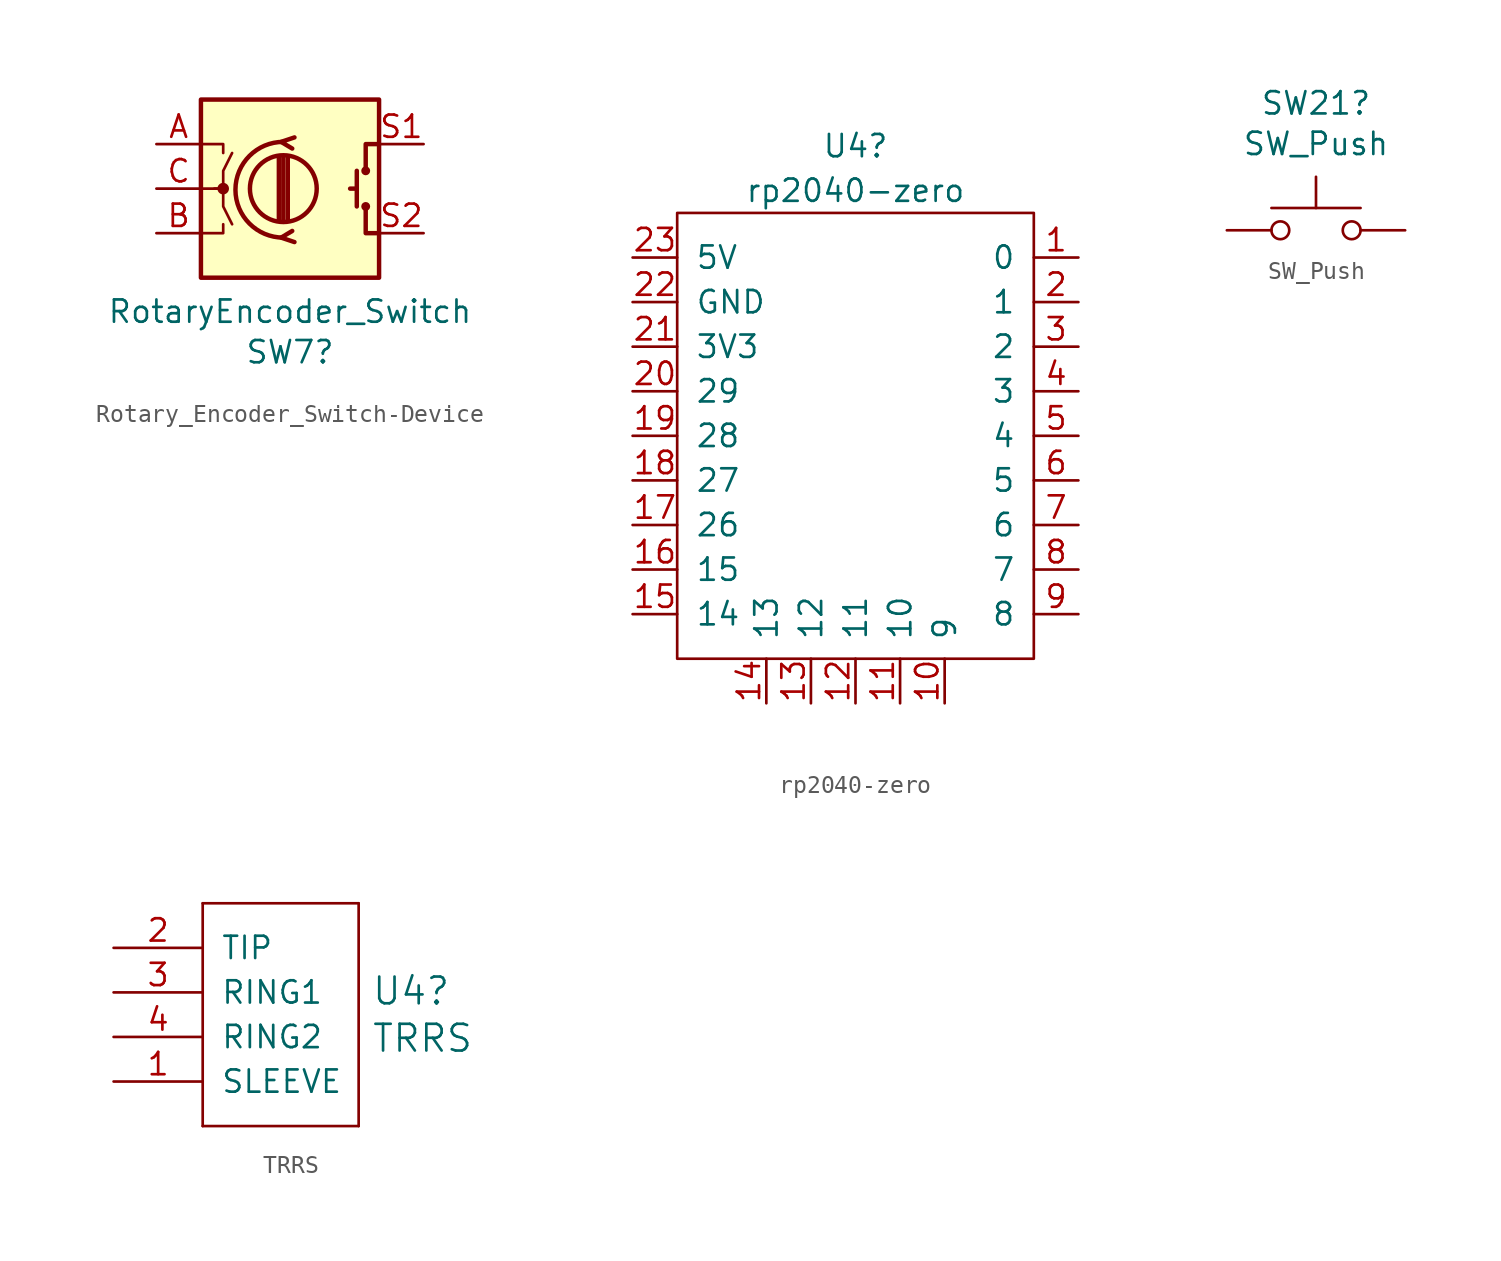
<source format=kicad_sym>
(kicad_symbol_lib
  (version 20220914)
  (generator kicad_symbol_editor)
  (symbol "Rotary_Encoder_Switch-Device"
    (pin_names
      (offset 0.254) hide)
    (property "Reference" "SW7"
      (at 0 -9.322 0)
      (effects (font (size 1.27 1.27))))
    (property "Value" "RotaryEncoder_Switch"
      (at 0 -7.01 0)
      (effects (font (size 1.27 1.27))))
    (symbol "Rotary_Encoder_Switch-Device_0_1"
      (rectangle (start -5.08 5.08) (end 5.08 -5.08) (stroke (width 0.254) (type default)) (fill (type background)))
      (circle (center -3.81 0) (radius 0.254) (stroke (width 0) (type default)) (fill (type outline)))
      (circle (center -0.381 0) (radius 1.905) (stroke (width 0.254) (type default)) (fill (type none)))
      (arc (start -0.381 2.667) (mid -3.0988 -0.0635) (end -0.381 -2.794) (stroke (width 0.254) (type default)) (fill (type none)))
      (polyline (pts (xy -0.635 -1.778) (xy -0.635 1.778)) (stroke (width 0.254) (type default)) (fill (type none)))
      (polyline (pts (xy -0.381 -1.778) (xy -0.381 1.778)) (stroke (width 0.254) (type default)) (fill (type none)))
      (polyline (pts (xy -0.127 1.778) (xy -0.127 -1.778)) (stroke (width 0.254) (type default)) (fill (type none)))
      (polyline (pts (xy 3.81 0) (xy 3.429 0)) (stroke (width 0.254) (type default)) (fill (type none)))
      (polyline (pts (xy 3.81 1.016) (xy 3.81 -1.016)) (stroke (width 0.254) (type default)) (fill (type none)))
      (polyline (pts (xy -5.08 -2.54) (xy -3.81 -2.54) (xy -3.81 -2.032)) (stroke (width 0) (type default)) (fill (type none)))
      (polyline (pts (xy -5.08 2.54) (xy -3.81 2.54) (xy -3.81 2.032)) (stroke (width 0) (type default)) (fill (type none)))
      (polyline (pts (xy 0.254 -3.048) (xy -0.508 -2.794) (xy 0.127 -2.413)) (stroke (width 0.254) (type default)) (fill (type none)))
      (polyline (pts (xy 0.254 2.921) (xy -0.508 2.667) (xy 0.127 2.286)) (stroke (width 0.254) (type default)) (fill (type none)))
      (polyline (pts (xy 5.08 -2.54) (xy 4.318 -2.54) (xy 4.318 -1.016)) (stroke (width 0.254) (type default)) (fill (type none)))
      (polyline (pts (xy 5.08 2.54) (xy 4.318 2.54) (xy 4.318 1.016)) (stroke (width 0.254) (type default)) (fill (type none)))
      (polyline (pts (xy -5.08 0) (xy -3.81 0) (xy -3.81 -1.016) (xy -3.302 -2.032)) (stroke (width 0) (type default)) (fill (type none)))
      (polyline (pts (xy -4.318 0) (xy -3.81 0) (xy -3.81 1.016) (xy -3.302 2.032)) (stroke (width 0) (type default)) (fill (type none)))
      (circle (center 4.318 -1.016) (radius 0.127) (stroke (width 0.254) (type default)) (fill (type none)))
      (circle (center 4.318 1.016) (radius 0.127) (stroke (width 0.254) (type default)) (fill (type none))))
    (symbol "Rotary_Encoder_Switch-Device_1_1"
      (pin passive line (at -7.62 2.54 0) (length 2.54) (name "A" (effects (font (size 1.27 1.27)))) (number "A" (effects (font (size 1.27 1.27)))))
      (pin passive line (at -7.62 -2.54 0) (length 2.54) (name "B" (effects (font (size 1.27 1.27)))) (number "B" (effects (font (size 1.27 1.27)))))
      (pin passive line (at -7.62 0 0) (length 2.54) (name "C" (effects (font (size 1.27 1.27)))) (number "C" (effects (font (size 1.27 1.27)))))
      (pin passive line (at 7.62 2.54 180) (length 2.54) (name "S1" (effects (font (size 1.27 1.27)))) (number "S1" (effects (font (size 1.27 1.27)))))
      (pin passive line (at 7.62 -2.54 180) (length 2.54) (name "S2" (effects (font (size 1.27 1.27)))) (number "S2" (effects (font (size 1.27 1.27)))))))
  (symbol "rp2040-zero"
    (pin_names
      (offset 1.016))
    (property "Reference" "U4"
      (at 0 15.24 0)
      (effects (font (size 1.27 1.27))))
    (property "Value" "rp2040-zero"
      (at 0 12.7 0)
      (effects (font (size 1.27 1.27))))
    (symbol "rp2040-zero_0_1"
      (rectangle (start -10.16 11.43) (end 10.16 -13.97) (stroke (width 0) (type default)) (fill (type none))))
    (symbol "rp2040-zero_1_1"
      (pin bidirectional line (at 12.7 8.89 180) (length 2.54) (name "0" (effects (font (size 1.27 1.27)))) (number "1" (effects (font (size 1.27 1.27)))))
      (pin bidirectional line (at 5.08 -16.51 90) (length 2.54) (name "9" (effects (font (size 1.27 1.27)))) (number "10" (effects (font (size 1.27 1.27)))))
      (pin bidirectional line (at 2.54 -16.51 90) (length 2.54) (name "10" (effects (font (size 1.27 1.27)))) (number "11" (effects (font (size 1.27 1.27)))))
      (pin bidirectional line (at 0 -16.51 90) (length 2.54) (name "11" (effects (font (size 1.27 1.27)))) (number "12" (effects (font (size 1.27 1.27)))))
      (pin bidirectional line (at -2.54 -16.51 90) (length 2.54) (name "12" (effects (font (size 1.27 1.27)))) (number "13" (effects (font (size 1.27 1.27)))))
      (pin bidirectional line (at -5.08 -16.51 90) (length 2.54) (name "13" (effects (font (size 1.27 1.27)))) (number "14" (effects (font (size 1.27 1.27)))))
      (pin bidirectional line (at -12.7 -11.43 0) (length 2.54) (name "14" (effects (font (size 1.27 1.27)))) (number "15" (effects (font (size 1.27 1.27)))))
      (pin bidirectional line (at -12.7 -8.89 0) (length 2.54) (name "15" (effects (font (size 1.27 1.27)))) (number "16" (effects (font (size 1.27 1.27)))))
      (pin bidirectional line (at -12.7 -6.35 0) (length 2.54) (name "26" (effects (font (size 1.27 1.27)))) (number "17" (effects (font (size 1.27 1.27)))))
      (pin bidirectional line (at -12.7 -3.81 0) (length 2.54) (name "27" (effects (font (size 1.27 1.27)))) (number "18" (effects (font (size 1.27 1.27)))))
      (pin bidirectional line (at -12.7 -1.27 0) (length 2.54) (name "28" (effects (font (size 1.27 1.27)))) (number "19" (effects (font (size 1.27 1.27)))))
      (pin bidirectional line (at 12.7 6.35 180) (length 2.54) (name "1" (effects (font (size 1.27 1.27)))) (number "2" (effects (font (size 1.27 1.27)))))
      (pin bidirectional line (at -12.7 1.27 0) (length 2.54) (name "29" (effects (font (size 1.27 1.27)))) (number "20" (effects (font (size 1.27 1.27)))))
      (pin power_out line (at -12.7 3.81 0) (length 2.54) (name "3V3" (effects (font (size 1.27 1.27)))) (number "21" (effects (font (size 1.27 1.27)))))
      (pin power_out line (at -12.7 6.35 0) (length 2.54) (name "GND" (effects (font (size 1.27 1.27)))) (number "22" (effects (font (size 1.27 1.27)))))
      (pin power_out line (at -12.7 8.89 0) (length 2.54) (name "5V" (effects (font (size 1.27 1.27)))) (number "23" (effects (font (size 1.27 1.27)))))
      (pin bidirectional line (at 12.7 3.81 180) (length 2.54) (name "2" (effects (font (size 1.27 1.27)))) (number "3" (effects (font (size 1.27 1.27)))))
      (pin bidirectional line (at 12.7 1.27 180) (length 2.54) (name "3" (effects (font (size 1.27 1.27)))) (number "4" (effects (font (size 1.27 1.27)))))
      (pin bidirectional line (at 12.7 -1.27 180) (length 2.54) (name "4" (effects (font (size 1.27 1.27)))) (number "5" (effects (font (size 1.27 1.27)))))
      (pin bidirectional line (at 12.7 -3.81 180) (length 2.54) (name "5" (effects (font (size 1.27 1.27)))) (number "6" (effects (font (size 1.27 1.27)))))
      (pin bidirectional line (at 12.7 -6.35 180) (length 2.54) (name "6" (effects (font (size 1.27 1.27)))) (number "7" (effects (font (size 1.27 1.27)))))
      (pin bidirectional line (at 12.7 -8.89 180) (length 2.54) (name "7" (effects (font (size 1.27 1.27)))) (number "8" (effects (font (size 1.27 1.27)))))
      (pin bidirectional line (at 12.7 -11.43 180) (length 2.54) (name "8" (effects (font (size 1.27 1.27)))) (number "9" (effects (font (size 1.27 1.27)))))))
  (symbol "SW_Push"
    (pin_numbers hide)
    (pin_names
      (offset 1.016) hide)
    (property "Reference" "SW21"
      (at 0 7.239 0)
      (effects (font (size 1.27 1.27))))
    (property "Value" "SW_Push"
      (at 0 4.928 0)
      (effects (font (size 1.27 1.27))))
    (symbol "SW_Push_0_1"
      (circle (center -2.032 0) (radius 0.508) (stroke (width 0) (type default)) (fill (type none)))
      (polyline (pts (xy 0 1.27) (xy 0 3.048)) (stroke (width 0) (type default)) (fill (type none)))
      (polyline (pts (xy 2.54 1.27) (xy -2.54 1.27)) (stroke (width 0) (type default)) (fill (type none)))
      (circle (center 2.032 0) (radius 0.508) (stroke (width 0) (type default)) (fill (type none)))
      (pin passive line (at -5.08 0 0) (length 2.54) (name "1" (effects (font (size 1.27 1.27)))) (number "1" (effects (font (size 1.27 1.27)))))
      (pin passive line (at 5.08 0 180) (length 2.54) (name "2" (effects (font (size 1.27 1.27)))) (number "2" (effects (font (size 1.27 1.27)))))))
  (symbol "TRRS"
    (pin_names
      (offset 1.016))
    (property "Reference" "U4"
      (at 5.791 7.696 0)
      (effects (font (size 1.524 1.524)) (justify left)))
    (property "Value" "TRRS"
      (at 5.791 5.004 0)
      (effects (font (size 1.524 1.524)) (justify left)))
    (symbol "TRRS_0_1"
      (rectangle (start -3.81 0) (end -3.81 12.7) (stroke (width 0) (type default)) (fill (type none)))
      (rectangle (start -3.81 12.7) (end 5.08 12.7) (stroke (width 0) (type default)) (fill (type none)))
      (rectangle (start 5.08 0) (end -3.81 0) (stroke (width 0) (type default)) (fill (type none)))
      (rectangle (start 5.08 12.7) (end 5.08 0) (stroke (width 0) (type default)) (fill (type none))))
    (symbol "TRRS_1_1"
      (pin input line (at -8.89 2.54 0) (length 5.08) (name "SLEEVE" (effects (font (size 1.27 1.27)))) (number "1" (effects (font (size 1.27 1.27)))))
      (pin input line (at -8.89 10.16 0) (length 5.08) (name "TIP" (effects (font (size 1.27 1.27)))) (number "2" (effects (font (size 1.27 1.27)))))
      (pin input line (at -8.89 7.62 0) (length 5.08) (name "RING1" (effects (font (size 1.27 1.27)))) (number "3" (effects (font (size 1.27 1.27)))))
      (pin input line (at -8.89 5.08 0) (length 5.08) (name "RING2" (effects (font (size 1.27 1.27)))) (number "4" (effects (font (size 1.27 1.27))))))))
</source>
